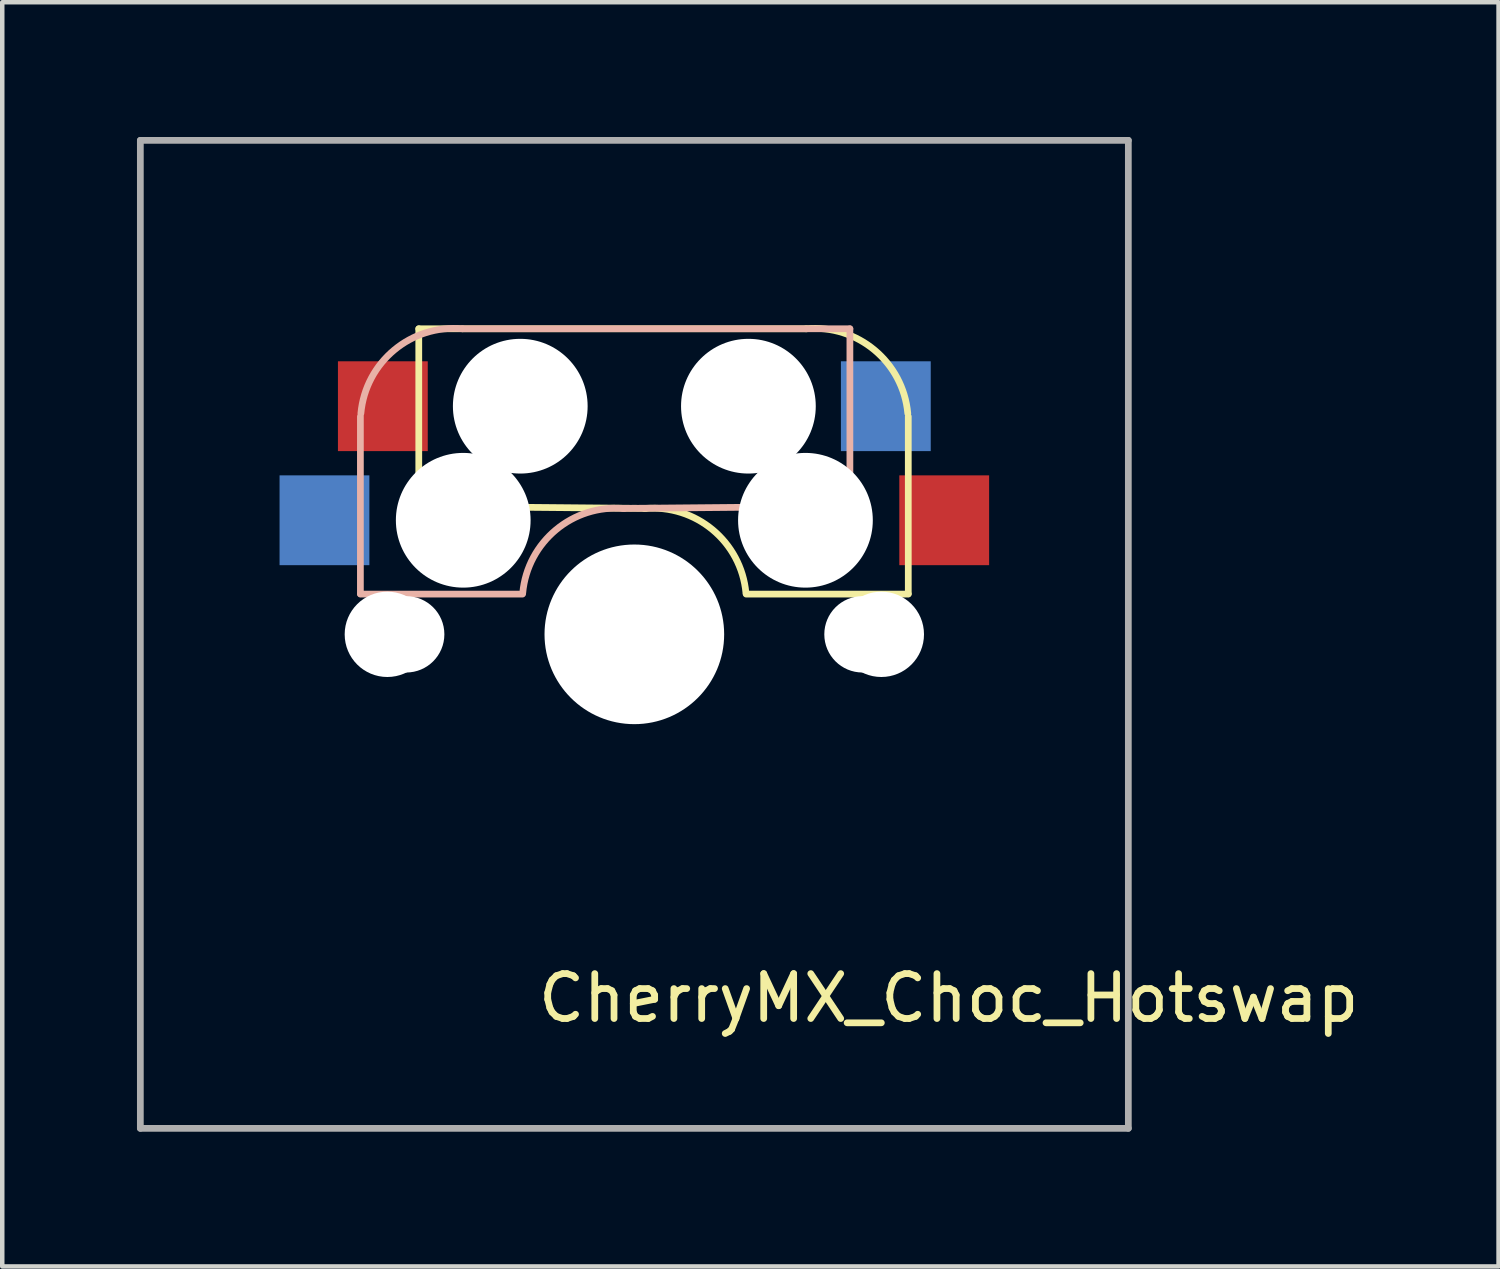
<source format=kicad_pcb>
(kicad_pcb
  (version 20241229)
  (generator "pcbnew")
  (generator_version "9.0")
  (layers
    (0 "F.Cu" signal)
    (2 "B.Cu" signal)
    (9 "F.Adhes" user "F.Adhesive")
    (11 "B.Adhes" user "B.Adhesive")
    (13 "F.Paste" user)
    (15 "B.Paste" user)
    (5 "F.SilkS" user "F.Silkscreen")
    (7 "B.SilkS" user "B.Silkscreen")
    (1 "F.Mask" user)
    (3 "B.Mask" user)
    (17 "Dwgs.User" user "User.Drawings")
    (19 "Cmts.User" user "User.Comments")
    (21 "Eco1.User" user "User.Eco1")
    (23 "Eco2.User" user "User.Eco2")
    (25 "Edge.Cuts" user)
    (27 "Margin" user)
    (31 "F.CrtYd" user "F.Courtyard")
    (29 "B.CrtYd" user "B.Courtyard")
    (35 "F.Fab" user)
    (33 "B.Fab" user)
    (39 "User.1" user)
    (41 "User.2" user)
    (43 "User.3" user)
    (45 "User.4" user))
  (footprint "CherryMX_Choc_Hotswap"
    (layer "F.Cu")
    (at 11.075 11.075)
    (property "Reference" "CherryMX_Choc_Hotswap" (at 7 8.1 0) (layer "F.SilkS") (effects (font (size 1 1) (thickness 0.15))))
    (attr through_hole)
    (fp_line (start -4.8 -6.804) (end 3.825 -6.804) (stroke (width 0.15) (type solid)) (layer "F.SilkS"))
    (fp_line (start -4.8 -2.896) (end -4.8 -6.804) (stroke (width 0.15) (type solid)) (layer "F.SilkS"))
    (fp_line (start -4.8 -2.85) (end 0.25 -2.804) (stroke (width 0.15) (type solid)) (layer "F.SilkS"))
    (fp_line (start 6.1 -4.85) (end 6.1 -0.905) (stroke (width 0.15) (type solid)) (layer "F.SilkS"))
    (fp_line (start 6.1 -0.896) (end 2.49 -0.896) (stroke (width 0.15) (type solid)) (layer "F.SilkS"))
    (fp_arc (start 0.225 -2.8) (mid 1.744361 -2.328061) (end 2.485 -0.92) (stroke (width 0.15) (type solid)) (layer "F.SilkS"))
    (fp_arc (start 3.825 -6.804) (mid 5.347189 -6.33089) (end 6.089 -4.92) (stroke (width 0.15) (type solid)) (layer "F.SilkS"))
    (fp_line (start -6.1 -4.85) (end -6.1 -0.905) (stroke (width 0.15) (type solid)) (layer "B.SilkS"))
    (fp_line (start -6.1 -0.896) (end -2.49 -0.896) (stroke (width 0.15) (type solid)) (layer "B.SilkS"))
    (fp_line (start 4.8 -6.804) (end -3.825 -6.804) (stroke (width 0.15) (type solid)) (layer "B.SilkS"))
    (fp_line (start 4.8 -2.896) (end 4.8 -6.804) (stroke (width 0.15) (type solid)) (layer "B.SilkS"))
    (fp_line (start 4.8 -2.85) (end -0.25 -2.804) (stroke (width 0.15) (type solid)) (layer "B.SilkS"))
    (fp_arc (start -6.089 -4.92) (mid -5.347189 -6.33089) (end -3.825 -6.804) (stroke (width 0.15) (type solid)) (layer "B.SilkS"))
    (fp_arc (start -2.485 -0.92) (mid -1.744361 -2.328061) (end -0.225 -2.8) (stroke (width 0.15) (type solid)) (layer "B.SilkS"))
    (fp_line (start -9 -9) (end 9 -9) (stroke (width 0.15) (type solid)) (layer "Eco2.User"))
    (fp_line (start -9 9) (end -9 -9) (stroke (width 0.15) (type solid)) (layer "Eco2.User"))
    (fp_line (start -7 -7) (end 7 -7) (stroke (width 0.15) (type solid)) (layer "Eco2.User"))
    (fp_line (start -7 7) (end -7 -7) (stroke (width 0.15) (type solid)) (layer "Eco2.User"))
    (fp_line (start 7 -7) (end 7 7) (stroke (width 0.15) (type solid)) (layer "Eco2.User"))
    (fp_line (start 7 7) (end -7 7) (stroke (width 0.15) (type solid)) (layer "Eco2.User"))
    (fp_line (start 9 -9) (end 9 9) (stroke (width 0.15) (type solid)) (layer "Eco2.User"))
    (fp_line (start 9 9) (end -9 9) (stroke (width 0.15) (type solid)) (layer "Eco2.User"))
    (fp_line (start -11 -11) (end -11 11) (stroke (width 0.15) (type solid)) (layer "F.Fab"))
    (fp_line (start -11 11) (end 11 11) (stroke (width 0.15) (type solid)) (layer "F.Fab"))
    (fp_line (start 11 -11) (end -11 -11) (stroke (width 0.15) (type solid)) (layer "F.Fab"))
    (fp_line (start 11 11) (end 11 -11) (stroke (width 0.15) (type solid)) (layer "F.Fab"))
    (pad "" np_thru_hole circle (at -5.5 0 90) (size 1.9 1.9) (drill 1.9) (layers "*.Cu" "*.Mask"))
    (pad "" np_thru_hole circle (at -5.08 0) (size 1.7 1.7) (drill 1.7) (layers "*.Cu" "*.Mask"))
    (pad "" np_thru_hole circle (at -3.81 -2.54 180) (size 3 3) (drill 3) (layers "*.Cu" "*.Mask"))
    (pad "" np_thru_hole circle (at -2.54 -5.08 180) (size 3 3) (drill 3) (layers "*.Cu" "*.Mask"))
    (pad "" np_thru_hole circle (at 0 0 90) (size 4 4) (drill 4) (layers "*.Cu" "*.Mask"))
    (pad "" np_thru_hole circle (at 2.54 -5.08 180) (size 3 3) (drill 3) (layers "*.Cu" "*.Mask"))
    (pad "" np_thru_hole circle (at 3.81 -2.54 180) (size 3 3) (drill 3) (layers "*.Cu" "*.Mask"))
    (pad "" np_thru_hole circle (at 5.08 0) (size 1.7 1.7) (drill 1.7) (layers "*.Cu" "*.Mask"))
    (pad "" np_thru_hole circle (at 5.5 0 90) (size 1.9 1.9) (drill 1.9) (layers "*.Cu" "*.Mask"))
    (pad "1" smd rect (at -6.9 -2.54 180) (size 2 2) (layers "B.Cu" "B.Mask" "B.Paste"))
    (pad "1" smd rect (at -5.6 -5.08 180) (size 2 2) (layers "F.Cu" "F.Mask" "F.Paste"))
    (pad "2" smd rect (at 5.6 -5.08 180) (size 2 2) (layers "B.Cu" "B.Mask" "B.Paste"))
    (pad "2" smd rect (at 6.9 -2.54 180) (size 2 2) (layers "F.Cu" "F.Mask" "F.Paste")))
  (gr_rect
    (start -3 -3)
    (end 30.319 25.15)
    (stroke (width 0.1) (type default))
    (fill no)
    (layer "Edge.Cuts")))
</source>
